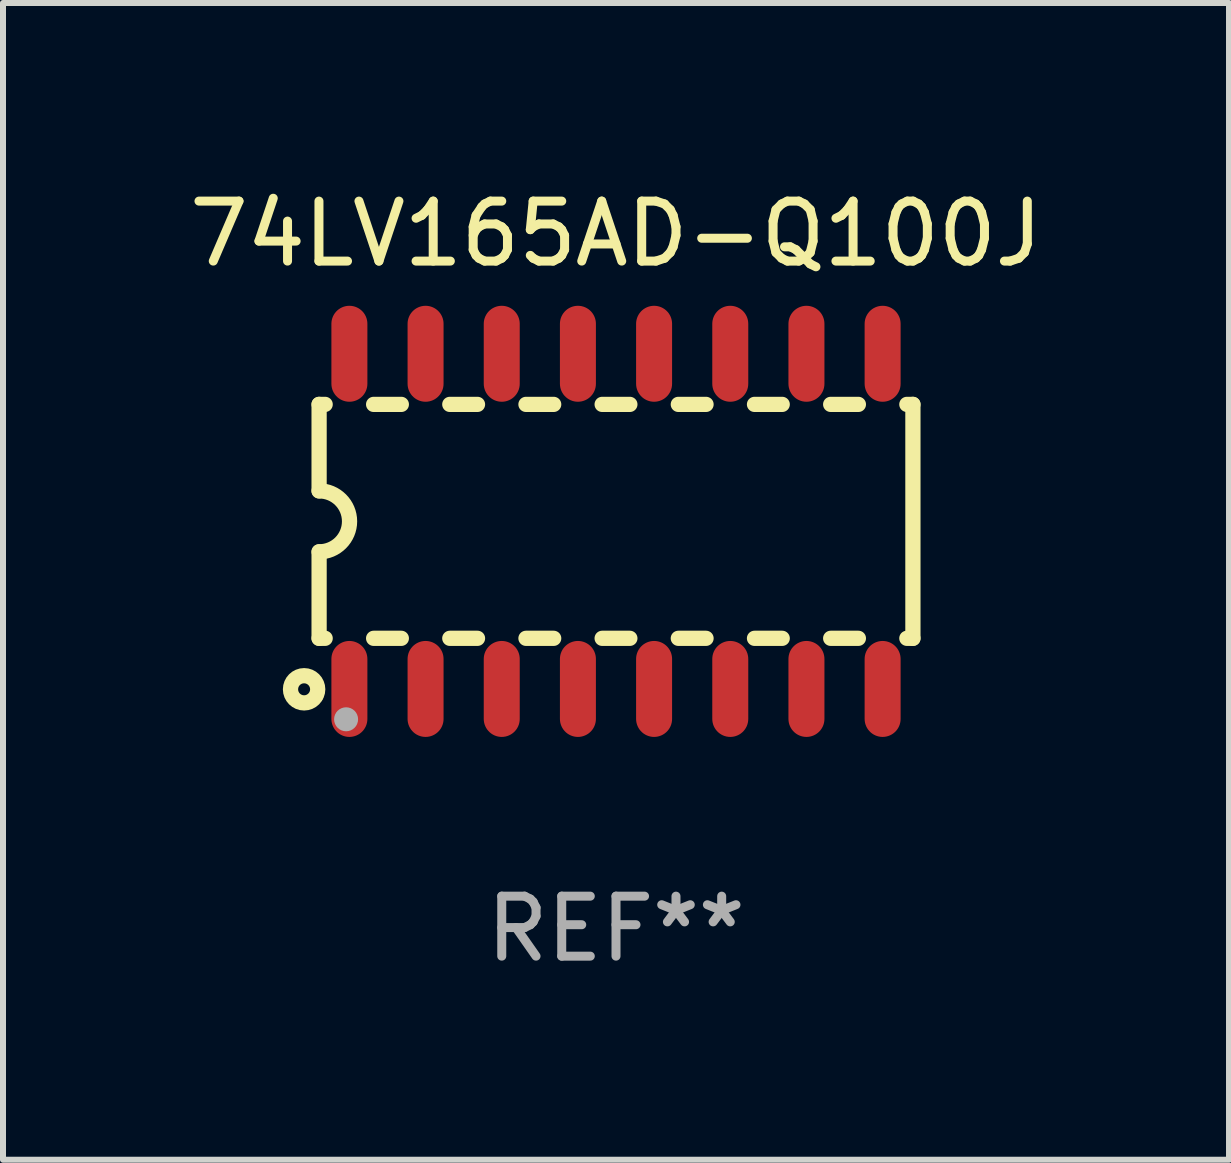
<source format=kicad_pcb>
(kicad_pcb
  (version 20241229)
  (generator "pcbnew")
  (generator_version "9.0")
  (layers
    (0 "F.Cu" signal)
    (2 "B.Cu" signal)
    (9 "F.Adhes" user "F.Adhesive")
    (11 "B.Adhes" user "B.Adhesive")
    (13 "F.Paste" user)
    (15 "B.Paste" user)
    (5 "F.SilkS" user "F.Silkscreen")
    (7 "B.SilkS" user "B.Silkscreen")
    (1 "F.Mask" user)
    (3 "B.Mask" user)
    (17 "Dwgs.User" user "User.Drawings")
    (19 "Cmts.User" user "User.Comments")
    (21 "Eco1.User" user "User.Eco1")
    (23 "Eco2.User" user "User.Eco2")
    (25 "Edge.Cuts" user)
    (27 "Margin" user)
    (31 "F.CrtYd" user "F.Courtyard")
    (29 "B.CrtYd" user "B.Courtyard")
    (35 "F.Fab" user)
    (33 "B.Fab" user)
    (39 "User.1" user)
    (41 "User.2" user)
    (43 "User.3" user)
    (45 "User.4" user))
  (footprint "74LV165AD-Q100J"
    (layer "F.Cu")
    (at 7.22 5.642)
    (property "Reference" "74LV165AD-Q100J" (at 0 -4.794 0) (layer "F.SilkS") (effects (font (size 1 1) (thickness 0.15))))
    (attr through_hole)
    (fp_line (start -4.95 -1.95) (end -4.95 -0.508) (stroke (width 0.254) (type solid)) (layer "F.SilkS"))
    (fp_line (start -4.95 -1.95) (end -4.849 -1.95) (stroke (width 0.254) (type solid)) (layer "F.SilkS"))
    (fp_line (start -4.95 1.95) (end -4.95 0.508) (stroke (width 0.254) (type solid)) (layer "F.SilkS"))
    (fp_line (start -4.95 1.95) (end -4.849 1.95) (stroke (width 0.254) (type solid)) (layer "F.SilkS"))
    (fp_line (start -4.041 -1.95) (end -3.579 -1.95) (stroke (width 0.254) (type solid)) (layer "F.SilkS"))
    (fp_line (start -4.041 1.95) (end -3.579 1.95) (stroke (width 0.254) (type solid)) (layer "F.SilkS"))
    (fp_line (start -2.771 -1.95) (end -2.309 -1.95) (stroke (width 0.254) (type solid)) (layer "F.SilkS"))
    (fp_line (start -2.771 1.95) (end -2.309 1.95) (stroke (width 0.254) (type solid)) (layer "F.SilkS"))
    (fp_line (start -1.501 -1.95) (end -1.039 -1.95) (stroke (width 0.254) (type solid)) (layer "F.SilkS"))
    (fp_line (start -1.501 1.95) (end -1.039 1.95) (stroke (width 0.254) (type solid)) (layer "F.SilkS"))
    (fp_line (start -0.231 -1.95) (end 0.231 -1.95) (stroke (width 0.254) (type solid)) (layer "F.SilkS"))
    (fp_line (start -0.231 1.95) (end 0.231 1.95) (stroke (width 0.254) (type solid)) (layer "F.SilkS"))
    (fp_line (start 1.039 -1.95) (end 1.501 -1.95) (stroke (width 0.254) (type solid)) (layer "F.SilkS"))
    (fp_line (start 1.039 1.95) (end 1.501 1.95) (stroke (width 0.254) (type solid)) (layer "F.SilkS"))
    (fp_line (start 2.309 -1.95) (end 2.771 -1.95) (stroke (width 0.254) (type solid)) (layer "F.SilkS"))
    (fp_line (start 2.309 1.95) (end 2.771 1.95) (stroke (width 0.254) (type solid)) (layer "F.SilkS"))
    (fp_line (start 3.579 -1.95) (end 4.041 -1.95) (stroke (width 0.254) (type solid)) (layer "F.SilkS"))
    (fp_line (start 3.579 1.95) (end 4.041 1.95) (stroke (width 0.254) (type solid)) (layer "F.SilkS"))
    (fp_line (start 4.849 -1.95) (end 4.95 -1.95) (stroke (width 0.254) (type solid)) (layer "F.SilkS"))
    (fp_line (start 4.849 1.95) (end 4.95 1.95) (stroke (width 0.254) (type solid)) (layer "F.SilkS"))
    (fp_line (start 4.95 -1.95) (end 4.95 1.95) (stroke (width 0.254) (type solid)) (layer "F.SilkS"))
    (fp_arc (start -4.95047 -0.508001) (mid -4.442469 -0.000228) (end -4.950013 0.508001) (stroke (width 0.254001) (type solid)) (layer "F.SilkS"))
    (fp_circle (center -5.2 2.8) (end -5.1 2.8) (stroke (width 0.254) (type solid)) (fill no) (layer "F.SilkS"))
    (fp_circle (center -4.95 2.947) (end -4.92 2.947) (stroke (width 0.06) (type solid)) (fill no) (layer "F.SilkS"))
    (fp_circle (center -4.5 3.3) (end -4.4 3.3) (stroke (width 0.2) (type solid)) (fill no) (layer "F.Fab"))
    (fp_text user "REF**" (at 0 6.794 0) (layer "F.Fab") (effects (font (size 1 1) (thickness 0.15))))
    (pad "1" smd oval (at -4.445 2.794) (size 0.6 1.6) (layers "F.Cu" "F.Mask" "F.Paste"))
    (pad "2" smd oval (at -3.175 2.794) (size 0.6 1.6) (layers "F.Cu" "F.Mask" "F.Paste"))
    (pad "3" smd oval (at -1.905 2.794) (size 0.6 1.6) (layers "F.Cu" "F.Mask" "F.Paste"))
    (pad "4" smd oval (at -0.635 2.794) (size 0.6 1.6) (layers "F.Cu" "F.Mask" "F.Paste"))
    (pad "5" smd oval (at 0.635 2.794) (size 0.6 1.6) (layers "F.Cu" "F.Mask" "F.Paste"))
    (pad "6" smd oval (at 1.905 2.794) (size 0.6 1.6) (layers "F.Cu" "F.Mask" "F.Paste"))
    (pad "7" smd oval (at 3.175 2.794) (size 0.6 1.6) (layers "F.Cu" "F.Mask" "F.Paste"))
    (pad "8" smd oval (at 4.445 2.794) (size 0.6 1.6) (layers "F.Cu" "F.Mask" "F.Paste"))
    (pad "9" smd oval (at 4.445 -2.794) (size 0.6 1.6) (layers "F.Cu" "F.Mask" "F.Paste"))
    (pad "10" smd oval (at 3.175 -2.794) (size 0.6 1.6) (layers "F.Cu" "F.Mask" "F.Paste"))
    (pad "11" smd oval (at 1.905 -2.794) (size 0.6 1.6) (layers "F.Cu" "F.Mask" "F.Paste"))
    (pad "12" smd oval (at 0.635 -2.794) (size 0.6 1.6) (layers "F.Cu" "F.Mask" "F.Paste"))
    (pad "13" smd oval (at -0.635 -2.794) (size 0.6 1.6) (layers "F.Cu" "F.Mask" "F.Paste"))
    (pad "14" smd oval (at -1.905 -2.794) (size 0.6 1.6) (layers "F.Cu" "F.Mask" "F.Paste"))
    (pad "15" smd oval (at -3.175 -2.794) (size 0.6 1.6) (layers "F.Cu" "F.Mask" "F.Paste"))
    (pad "16" smd oval (at -4.445 -2.794) (size 0.6 1.6) (layers "F.Cu" "F.Mask" "F.Paste")))
  (gr_rect
    (start -3 -3)
    (end 17.44 16.285)
    (stroke (width 0.1) (type default))
    (fill no)
    (layer "Edge.Cuts")))
</source>
